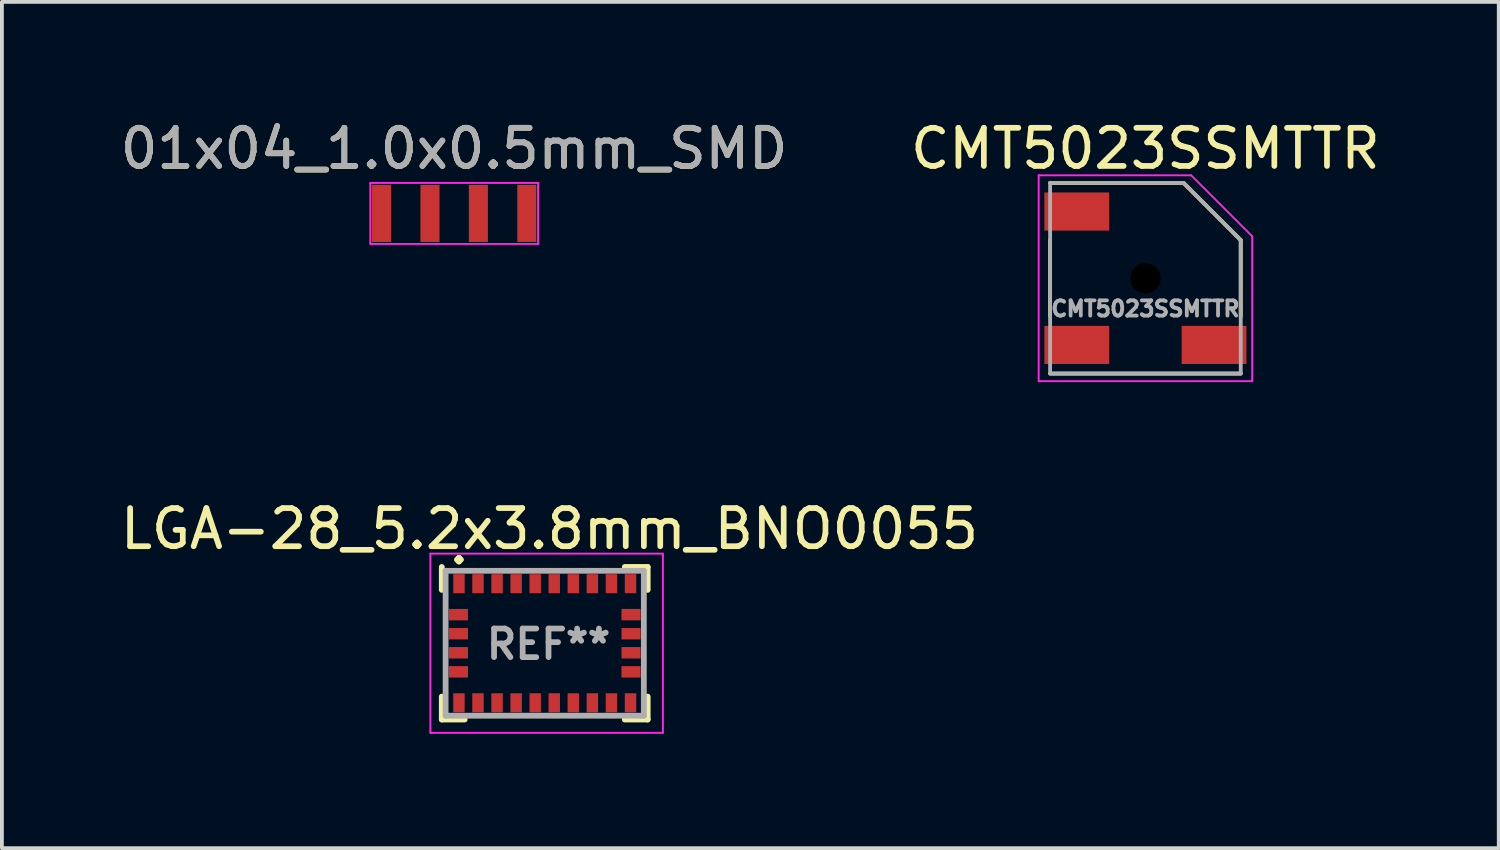
<source format=kicad_pcb>
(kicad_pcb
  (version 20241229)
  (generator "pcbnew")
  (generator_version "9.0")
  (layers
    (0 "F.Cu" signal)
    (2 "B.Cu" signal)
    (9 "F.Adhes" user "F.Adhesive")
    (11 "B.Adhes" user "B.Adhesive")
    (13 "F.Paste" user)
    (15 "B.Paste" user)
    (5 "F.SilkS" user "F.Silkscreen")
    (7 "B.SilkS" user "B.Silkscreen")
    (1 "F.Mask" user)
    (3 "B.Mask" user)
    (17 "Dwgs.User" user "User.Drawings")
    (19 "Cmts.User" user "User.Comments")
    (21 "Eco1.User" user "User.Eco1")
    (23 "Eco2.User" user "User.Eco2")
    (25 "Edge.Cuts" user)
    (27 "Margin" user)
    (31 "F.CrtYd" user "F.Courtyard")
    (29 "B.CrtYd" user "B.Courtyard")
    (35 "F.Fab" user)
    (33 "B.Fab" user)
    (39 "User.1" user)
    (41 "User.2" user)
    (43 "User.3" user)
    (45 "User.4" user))
  (footprint "LGA-28_5.2x3.8mm_BNO0055"
    (layer "F.Cu")
    (at 11.238 13.822)
    (property "Reference" "LGA-28_5.2x3.8mm_BNO0055" (at 0.125 -3 0) (layer "F.SilkS") (effects (font (size 1 1) (thickness 0.15))))
    (attr smd)
    (fp_line (start -2.7 -2) (end -2.7 -1.4) (stroke (width 0.152) (type solid)) (layer "F.SilkS"))
    (fp_line (start -2.7 1.4) (end -2.7 2) (stroke (width 0.152) (type solid)) (layer "F.SilkS"))
    (fp_line (start -2.7 2) (end -2.1 2) (stroke (width 0.152) (type solid)) (layer "F.SilkS"))
    (fp_line (start 2.1 2) (end 2.7 2) (stroke (width 0.152) (type solid)) (layer "F.SilkS"))
    (fp_line (start 2.7 -2) (end 2.1 -2) (stroke (width 0.152) (type solid)) (layer "F.SilkS"))
    (fp_line (start 2.7 -1.4) (end 2.7 -2) (stroke (width 0.152) (type solid)) (layer "F.SilkS"))
    (fp_line (start 2.7 2) (end 2.7 1.4) (stroke (width 0.152) (type solid)) (layer "F.SilkS"))
    (fp_line (start -3 -2.35) (end -3 2.35) (stroke (width 0.05) (type solid)) (layer "F.CrtYd"))
    (fp_line (start -3 2.35) (end 3.1 2.35) (stroke (width 0.05) (type solid)) (layer "F.CrtYd"))
    (fp_line (start 3.1 -2.35) (end -3 -2.35) (stroke (width 0.05) (type solid)) (layer "F.CrtYd"))
    (fp_line (start 3.1 -2.3) (end 3.1 -2.35) (stroke (width 0.05) (type solid)) (layer "F.CrtYd"))
    (fp_line (start 3.1 2.35) (end 3.1 -2.3) (stroke (width 0.05) (type solid)) (layer "F.CrtYd"))
    (fp_line (start -2.6 -1.9) (end -2.6 1.9) (stroke (width 0.152) (type solid)) (layer "F.Fab"))
    (fp_line (start -2.6 -1.9) (end 2.6 -1.9) (stroke (width 0.152) (type solid)) (layer "F.Fab"))
    (fp_line (start -2.6 1.9) (end 2.6 1.9) (stroke (width 0.152) (type solid)) (layer "F.Fab"))
    (fp_line (start 2.6 -1.9) (end 2.6 1.9) (stroke (width 0.152) (type solid)) (layer "F.Fab"))
    (fp_text user "." (at -2.25 -2.6 0) (layer "F.SilkS") (effects (font (size 1 1) (thickness 0.15))))
    (fp_text user "REF**" (at 0.1 0.025 0) (layer "F.Fab") (effects (font (size 0.75 0.75) (thickness 0.15))))
    (pad "1" smd rect (at -2.25 -1.562) (size 0.3 0.5) (layers "F.Cu" "F.Mask" "F.Paste"))
    (pad "2" smd rect (at -2.263 -0.75 90) (size 0.3 0.5) (layers "F.Cu" "F.Mask" "F.Paste"))
    (pad "3" smd rect (at -2.263 -0.25 90) (size 0.3 0.5) (layers "F.Cu" "F.Mask" "F.Paste"))
    (pad "4" smd rect (at -2.263 0.25 90) (size 0.3 0.5) (layers "F.Cu" "F.Mask" "F.Paste"))
    (pad "5" smd rect (at -2.263 0.75 90) (size 0.3 0.5) (layers "F.Cu" "F.Mask" "F.Paste"))
    (pad "6" smd rect (at -2.25 1.562) (size 0.3 0.5) (layers "F.Cu" "F.Mask" "F.Paste"))
    (pad "7" smd rect (at -1.75 1.562) (size 0.3 0.5) (layers "F.Cu" "F.Mask" "F.Paste"))
    (pad "8" smd rect (at -1.25 1.562) (size 0.3 0.5) (layers "F.Cu" "F.Mask" "F.Paste"))
    (pad "9" smd rect (at -0.75 1.562) (size 0.3 0.5) (layers "F.Cu" "F.Mask" "F.Paste"))
    (pad "10" smd rect (at -0.25 1.562) (size 0.3 0.5) (layers "F.Cu" "F.Mask" "F.Paste"))
    (pad "11" smd rect (at 0.25 1.562) (size 0.3 0.5) (layers "F.Cu" "F.Mask" "F.Paste"))
    (pad "12" smd rect (at 0.75 1.562) (size 0.3 0.5) (layers "F.Cu" "F.Mask" "F.Paste"))
    (pad "13" smd rect (at 1.25 1.562) (size 0.3 0.5) (layers "F.Cu" "F.Mask" "F.Paste"))
    (pad "14" smd rect (at 1.75 1.562) (size 0.3 0.5) (layers "F.Cu" "F.Mask" "F.Paste"))
    (pad "15" smd rect (at 2.25 1.562) (size 0.3 0.5) (layers "F.Cu" "F.Mask" "F.Paste"))
    (pad "16" smd rect (at 2.263 0.75 90) (size 0.3 0.5) (layers "F.Cu" "F.Mask" "F.Paste"))
    (pad "17" smd rect (at 2.263 0.25 90) (size 0.3 0.5) (layers "F.Cu" "F.Mask" "F.Paste"))
    (pad "18" smd rect (at 2.263 -0.25 90) (size 0.3 0.5) (layers "F.Cu" "F.Mask" "F.Paste"))
    (pad "19" smd rect (at 2.263 -0.75 90) (size 0.3 0.5) (layers "F.Cu" "F.Mask" "F.Paste"))
    (pad "20" smd rect (at 2.25 -1.562) (size 0.3 0.5) (layers "F.Cu" "F.Mask" "F.Paste"))
    (pad "21" smd rect (at 1.75 -1.562) (size 0.3 0.5) (layers "F.Cu" "F.Mask" "F.Paste"))
    (pad "22" smd rect (at 1.25 -1.562) (size 0.3 0.5) (layers "F.Cu" "F.Mask" "F.Paste"))
    (pad "23" smd rect (at 0.75 -1.562) (size 0.3 0.5) (layers "F.Cu" "F.Mask" "F.Paste"))
    (pad "24" smd rect (at 0.25 -1.562) (size 0.3 0.5) (layers "F.Cu" "F.Mask" "F.Paste"))
    (pad "25" smd rect (at -0.25 -1.562) (size 0.3 0.5) (layers "F.Cu" "F.Mask" "F.Paste"))
    (pad "26" smd rect (at -0.75 -1.562) (size 0.3 0.5) (layers "F.Cu" "F.Mask" "F.Paste"))
    (pad "27" smd rect (at -1.25 -1.562) (size 0.3 0.5) (layers "F.Cu" "F.Mask" "F.Paste"))
    (pad "28" smd rect (at -1.75 -1.562) (size 0.3 0.5) (layers "F.Cu" "F.Mask" "F.Paste")))
  (footprint "01x04_1.0x0.5mm_SMD"
    (layer "F.Cu")
    (at 8.863 2.548)
    (property "Reference" "01x04_1.0x0.5mm_SMD" (at 0 -1.7 0) (layer "F.SilkS") (effects (font (size 1 1) (thickness 0.15))))
    (attr exclude_from_pos_files exclude_from_bom)
    (fp_line (start -2.2 -0.8) (end 2.2 -0.8) (stroke (width 0.05) (type solid)) (layer "F.CrtYd"))
    (fp_line (start -2.2 0.8) (end -2.2 -0.8) (stroke (width 0.05) (type solid)) (layer "F.CrtYd"))
    (fp_line (start 2.2 -0.8) (end 2.2 0.8) (stroke (width 0.05) (type solid)) (layer "F.CrtYd"))
    (fp_line (start 2.2 0.8) (end -2.2 0.8) (stroke (width 0.05) (type solid)) (layer "F.CrtYd"))
    (fp_text user "${REFERENCE}" (at 0 -1.7 0) (layer "F.Fab") (effects (font (size 1 1) (thickness 0.15))))
    (pad "1" smd rect (at -1.905 0) (size 0.5 1.5) (layers "F.Cu" "F.Mask" "F.Paste"))
    (pad "2" smd rect (at -0.635 0) (size 0.5 1.5) (layers "F.Cu" "F.Mask" "F.Paste"))
    (pad "3" smd rect (at 0.635 0) (size 0.5 1.5) (layers "F.Cu" "F.Mask" "F.Paste"))
    (pad "4" smd rect (at 1.905 0) (size 0.5 1.5) (layers "F.Cu" "F.Mask" "F.Paste")))
  (footprint "CMT5023SSMTTR"
    (layer "F.Cu")
    (at 26.994 4.248)
    (property "Reference" "CMT5023SSMTTR" (at 0 -3.4 0) (layer "F.SilkS") (effects (font (size 1 1) (thickness 0.15))))
    (attr smd)
    (fp_line (start -2.5 -2.5) (end 1 -2.5) (stroke (width 0.1) (type solid)) (layer "F.SilkS"))
    (fp_line (start -2.5 -1) (end -2.5 1) (stroke (width 0.1) (type solid)) (layer "F.SilkS"))
    (fp_line (start -2.5 2.5) (end 2.5 2.5) (stroke (width 0.1) (type solid)) (layer "F.SilkS"))
    (fp_line (start 1 -2.5) (end 2.5 -1) (stroke (width 0.1) (type solid)) (layer "F.SilkS"))
    (fp_line (start 2.5 -1) (end 2.5 1) (stroke (width 0.1) (type solid)) (layer "F.SilkS"))
    (fp_line (start -2.8 -2.7) (end 1.2 -2.7) (stroke (width 0.05) (type solid)) (layer "F.CrtYd"))
    (fp_line (start -2.8 2.7) (end -2.8 -2.7) (stroke (width 0.05) (type solid)) (layer "F.CrtYd"))
    (fp_line (start 2.8 -1.1) (end 1.2 -2.7) (stroke (width 0.05) (type solid)) (layer "F.CrtYd"))
    (fp_line (start 2.8 -1.1) (end 2.8 2.7) (stroke (width 0.05) (type solid)) (layer "F.CrtYd"))
    (fp_line (start 2.8 2.7) (end -2.8 2.7) (stroke (width 0.05) (type solid)) (layer "F.CrtYd"))
    (fp_line (start -2.5 -2.5) (end -2.5 2.5) (stroke (width 0.1) (type solid)) (layer "F.Fab"))
    (fp_line (start -2.5 2.5) (end 2.5 2.5) (stroke (width 0.1) (type solid)) (layer "F.Fab"))
    (fp_line (start 1 -2.5) (end -2.5 -2.5) (stroke (width 0.1) (type solid)) (layer "F.Fab"))
    (fp_line (start 2.5 -1) (end 1 -2.5) (stroke (width 0.1) (type solid)) (layer "F.Fab"))
    (fp_line (start 2.5 2.5) (end 2.5 -1) (stroke (width 0.1) (type solid)) (layer "F.Fab"))
    (fp_text user "${REFERENCE}" (at 0 0.8 0) (layer "F.Fab") (effects (font (size 0.4 0.4) (thickness 0.1))))
    (pad "" np_thru_hole circle (at 0 0) (size 0.8 0.8) (drill 0.8) (layers "*.Mask"))
    (pad "1" smd rect (at -1.8 1.75 90) (size 1 1.7) (layers "F.Cu" "F.Mask" "F.Paste"))
    (pad "2" smd rect (at 1.8 1.75 90) (size 1 1.7) (layers "F.Cu" "F.Mask" "F.Paste"))
    (pad "3" smd rect (at -1.8 -1.75 90) (size 1 1.7) (layers "F.Cu" "F.Mask" "F.Paste")))
  (gr_rect
    (start -3 -3)
    (end 36.262 19.197)
    (stroke (width 0.1) (type default))
    (fill no)
    (layer "Edge.Cuts")))
</source>
